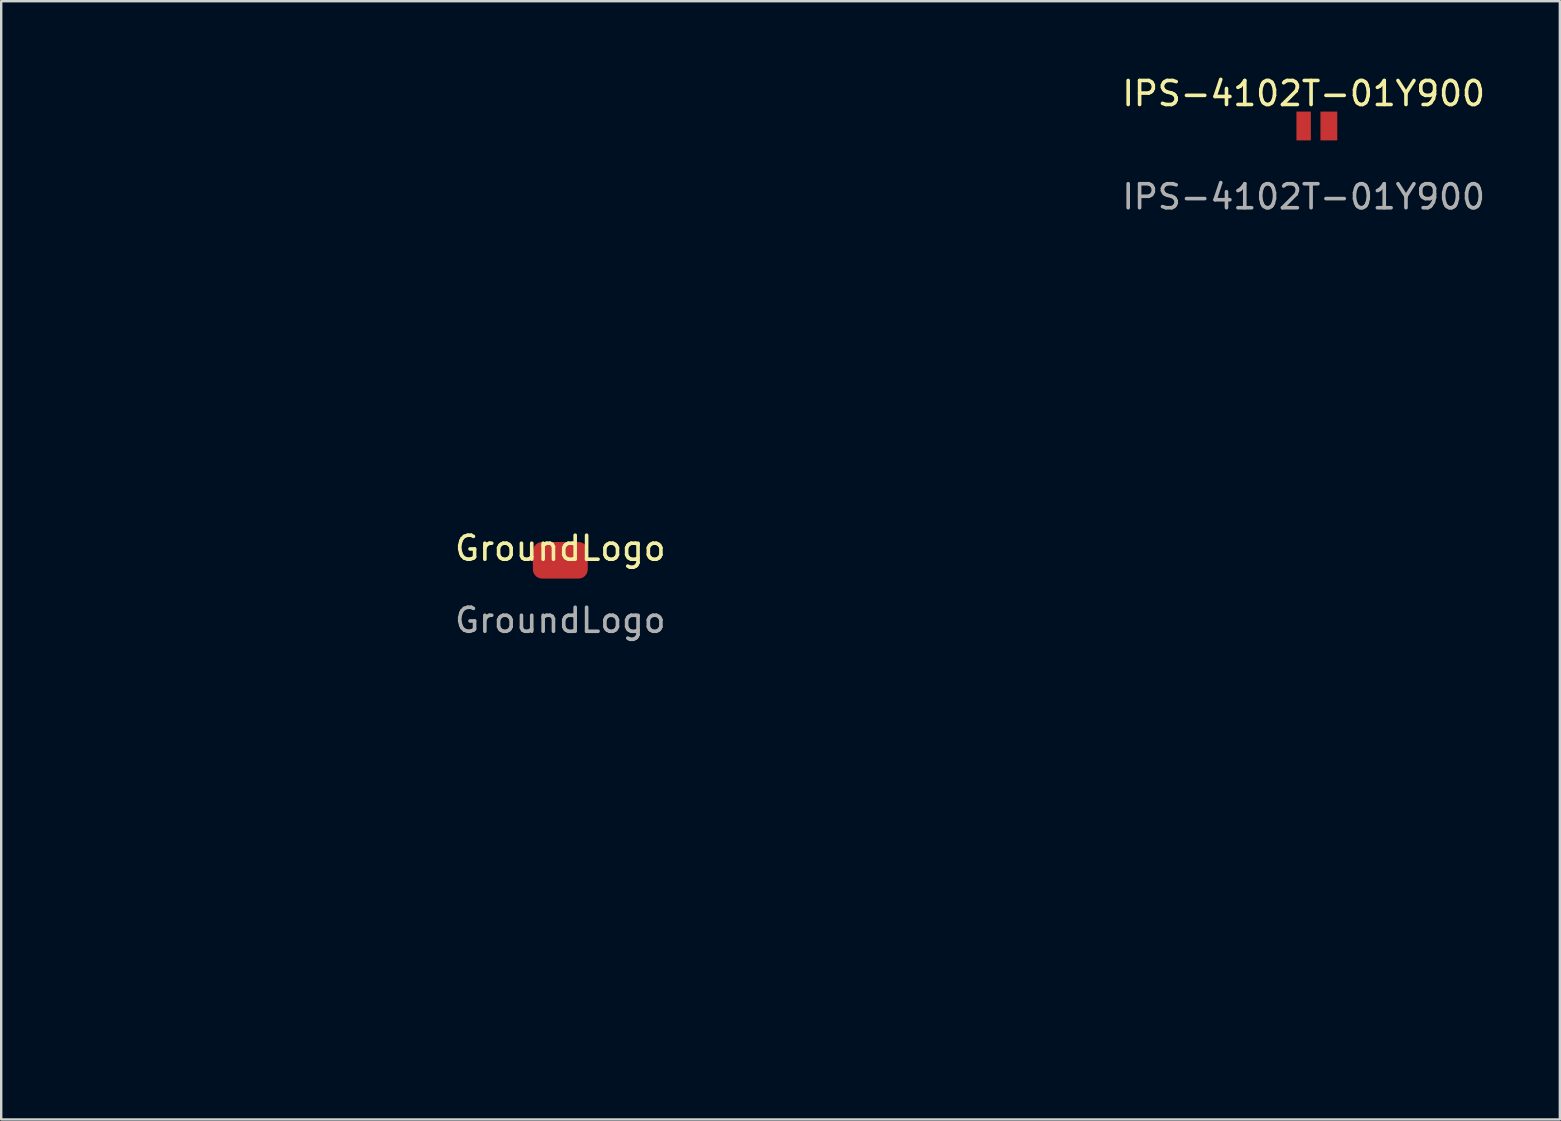
<source format=kicad_pcb>
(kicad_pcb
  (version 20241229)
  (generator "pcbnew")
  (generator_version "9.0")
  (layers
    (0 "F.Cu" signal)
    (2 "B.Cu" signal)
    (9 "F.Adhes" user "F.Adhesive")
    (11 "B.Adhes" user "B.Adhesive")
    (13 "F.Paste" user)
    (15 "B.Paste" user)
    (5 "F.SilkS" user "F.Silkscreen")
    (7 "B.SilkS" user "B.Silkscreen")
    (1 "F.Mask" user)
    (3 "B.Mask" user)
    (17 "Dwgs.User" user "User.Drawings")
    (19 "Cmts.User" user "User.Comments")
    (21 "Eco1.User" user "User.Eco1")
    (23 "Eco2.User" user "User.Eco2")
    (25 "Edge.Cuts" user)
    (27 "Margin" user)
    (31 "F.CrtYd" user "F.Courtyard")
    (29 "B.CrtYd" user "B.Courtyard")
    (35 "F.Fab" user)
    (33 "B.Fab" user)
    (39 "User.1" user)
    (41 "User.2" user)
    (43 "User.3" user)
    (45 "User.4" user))
  (footprint "IPS-4102T-01Y900"
    (layer "F.Cu")
    (at 51.254 2.198)
    (property "Reference" "IPS-4102T-01Y900" (at 0 -1.35 0) (unlocked yes) (layer "F.SilkS") (effects (font (size 1 1) (thickness 0.15))))
    (attr smd)
    (fp_text user "${REFERENCE}" (at 0 2.95 0) (unlocked yes) (layer "F.Fab") (effects (font (size 1 1) (thickness 0.15))))
    (pad "1" smd rect (at 0 0) (size 0.6 1.2) (layers "F.Cu" "F.Mask" "F.Paste"))
    (pad "1" smd rect (at 1.05 0) (size 0.7 1.2) (layers "F.Cu" "F.Mask" "F.Paste"))
    (zone (net_name "") (layer "F.SilkS") (hatch edge 0.508) (connect_pads) (min_thickness 0.254) (filled_areas_thickness no) (keepout (tracks allowed) (vias not_allowed) (pads not_allowed) (copperpour allowed) (footprints not_allowed)) (placement (enabled no)) (fill) (polygon (pts (xy 54.004 2.998) (xy 50.754 2.998) (xy 50.754 1.398) (xy 54.004 1.398)))))
  (footprint "GroundLogo"
    (layer "F.Cu")
    (at 20.29 20.29)
    (property "Reference" "GroundLogo" (at 0 -0.5 0) (unlocked yes) (layer "F.SilkS") (effects (font (size 1 1) (thickness 0.15))))
    (attr smd)
    (fp_line (start -16.798 -4.907) (end -1.8 -4.907) (stroke (width 1) (type solid)) (layer "F.Mask"))
    (fp_line (start -16.798 -1.307) (end -16.798 -4.907) (stroke (width 1) (type solid)) (layer "F.Mask"))
    (fp_line (start -10.649 2.293) (end 10.649 2.293) (stroke (width 1) (type solid)) (layer "F.Mask"))
    (fp_line (start -10.649 5.893) (end -10.649 2.293) (stroke (width 1) (type solid)) (layer "F.Mask"))
    (fp_line (start -4.5 9.493) (end 4.5 9.493) (stroke (width 1) (type solid)) (layer "F.Mask"))
    (fp_line (start -4.5 13.093) (end -4.5 9.493) (stroke (width 1) (type solid)) (layer "F.Mask"))
    (fp_line (start -1.8 -17.407) (end 1.8 -17.407) (stroke (width 1) (type solid)) (layer "F.Mask"))
    (fp_line (start -1.8 -4.907) (end -1.8 -17.407) (stroke (width 1) (type solid)) (layer "F.Mask"))
    (fp_line (start 1.8 -17.407) (end 1.8 -4.907) (stroke (width 1) (type solid)) (layer "F.Mask"))
    (fp_line (start 1.8 -4.907) (end 16.798 -4.907) (stroke (width 1) (type solid)) (layer "F.Mask"))
    (fp_line (start 4.5 9.493) (end 4.5 13.093) (stroke (width 1) (type solid)) (layer "F.Mask"))
    (fp_line (start 4.5 13.093) (end -4.5 13.093) (stroke (width 1) (type solid)) (layer "F.Mask"))
    (fp_line (start 10.649 2.293) (end 10.649 5.893) (stroke (width 1) (type solid)) (layer "F.Mask"))
    (fp_line (start 10.649 5.893) (end -10.649 5.893) (stroke (width 1) (type solid)) (layer "F.Mask"))
    (fp_line (start 16.798 -4.907) (end 16.798 -1.307) (stroke (width 1) (type solid)) (layer "F.Mask"))
    (fp_line (start 16.798 -1.307) (end -16.798 -1.307) (stroke (width 1) (type solid)) (layer "F.Mask"))
    (fp_poly (pts (xy 4.5 13.093) (xy -4.5 13.093) (xy -4.5 9.493) (xy 4.5 9.493)) (stroke (width 0.2) (type solid)) (fill yes) (layer "F.Mask"))
    (fp_poly (pts (xy 10.649 5.893) (xy -10.649 5.893) (xy -10.649 2.293) (xy 10.649 2.293)) (stroke (width 0.2) (type solid)) (fill yes) (layer "F.Mask"))
    (fp_poly (pts (xy 1.8 -4.907) (xy 16.798 -4.907) (xy 16.798 -1.307) (xy -16.798 -1.307) (xy -16.798 -4.907) (xy -1.8 -4.907) (xy -1.8 -17.407) (xy 1.8 -17.407)) (stroke (width 0.2) (type solid)) (fill yes) (layer "F.Mask"))
    (fp_curve (pts (xy -19.167 -10.833) (xy -20 -5) (xy -20 5) (xy -19.167 10.833)) (stroke (width 1) (type solid)) (layer "F.Mask"))
    (fp_curve (pts (xy -19.167 10.833) (xy -18.333 16.667) (xy -16.667 18.333) (xy -10.833 19.167)) (stroke (width 1) (type solid)) (layer "F.Mask"))
    (fp_curve (pts (xy -10.833 -19.167) (xy -16.667 -18.333) (xy -18.333 -16.667) (xy -19.167 -10.833)) (stroke (width 1) (type solid)) (layer "F.Mask"))
    (fp_curve (pts (xy -10.833 19.167) (xy -5 20) (xy 5 20) (xy 10.833 19.167)) (stroke (width 1) (type solid)) (layer "F.Mask"))
    (fp_curve (pts (xy 10.833 -19.167) (xy 5 -20) (xy -5 -20) (xy -10.833 -19.167)) (stroke (width 1) (type solid)) (layer "F.Mask"))
    (fp_curve (pts (xy 10.833 19.167) (xy 16.667 18.333) (xy 18.333 16.667) (xy 19.167 10.833)) (stroke (width 1) (type solid)) (layer "F.Mask"))
    (fp_curve (pts (xy 19.167 -10.833) (xy 18.333 -16.667) (xy 16.667 -18.333) (xy 10.833 -19.167)) (stroke (width 1) (type solid)) (layer "F.Mask"))
    (fp_curve (pts (xy 19.167 10.833) (xy 20 5) (xy 20 -5) (xy 19.167 -10.833)) (stroke (width 1) (type solid)) (layer "F.Mask"))
    (fp_text user "${REFERENCE}" (at 0 2.5 0) (unlocked yes) (layer "F.Fab") (effects (font (size 1 1) (thickness 0.15))))
    (pad "1" smd roundrect (at 0 0) (size 2.286 1.524) (layers "F.Cu") (roundrect_rratio 0.25)))
  (gr_rect
    (start -3 -3)
    (end 61.926 43.581)
    (stroke (width 0.1) (type default))
    (fill no)
    (layer "Edge.Cuts")))
</source>
